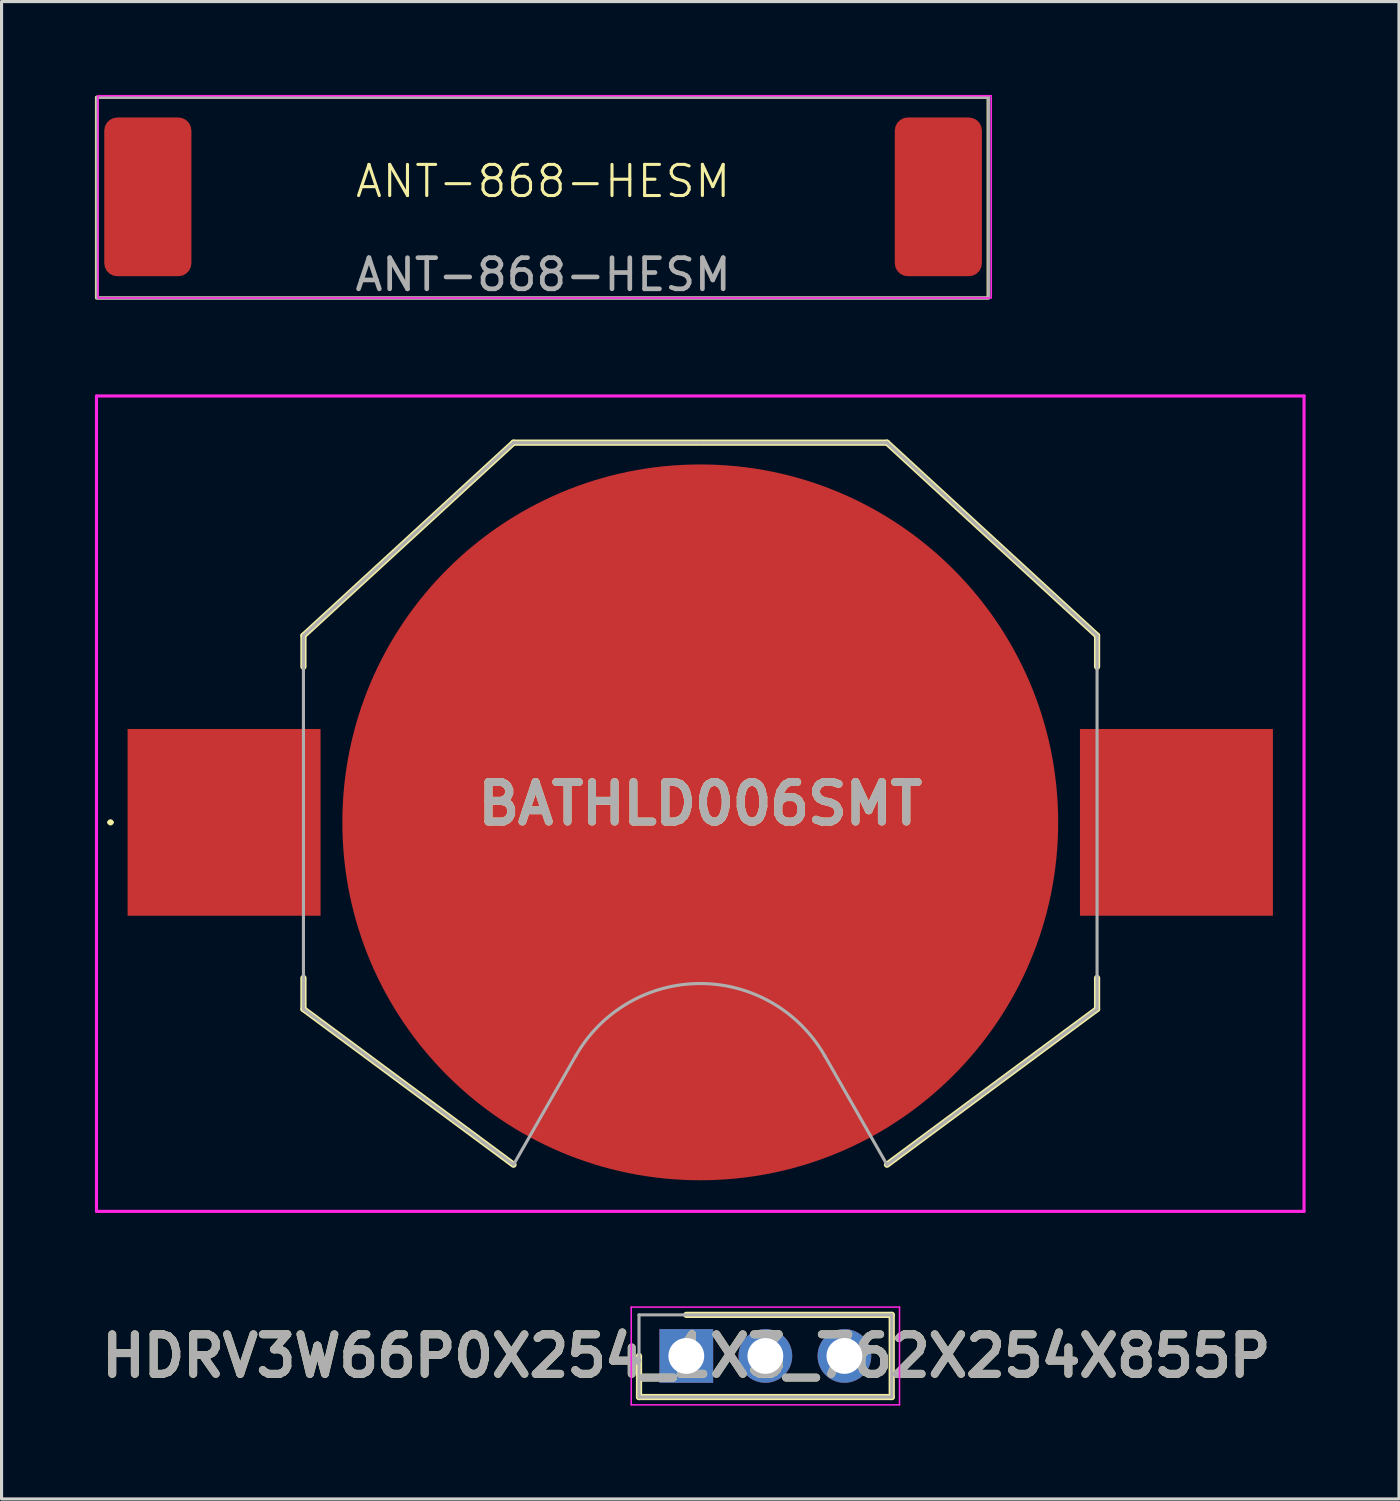
<source format=kicad_pcb>
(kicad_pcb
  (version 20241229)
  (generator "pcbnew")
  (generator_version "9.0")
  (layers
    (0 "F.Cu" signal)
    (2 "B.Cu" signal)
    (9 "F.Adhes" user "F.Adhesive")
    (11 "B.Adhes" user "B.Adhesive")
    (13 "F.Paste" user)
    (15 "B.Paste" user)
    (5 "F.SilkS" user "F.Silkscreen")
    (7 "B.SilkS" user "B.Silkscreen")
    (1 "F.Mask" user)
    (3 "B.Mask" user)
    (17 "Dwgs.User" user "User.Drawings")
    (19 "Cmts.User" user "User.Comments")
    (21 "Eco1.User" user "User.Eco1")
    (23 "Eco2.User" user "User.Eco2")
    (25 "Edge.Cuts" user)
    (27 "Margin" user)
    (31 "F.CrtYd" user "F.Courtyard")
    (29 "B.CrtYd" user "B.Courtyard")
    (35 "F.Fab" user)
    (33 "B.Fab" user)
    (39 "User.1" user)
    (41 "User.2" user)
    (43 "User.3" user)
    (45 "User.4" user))
  (footprint "BATHLD006SMT"
    (layer "F.Cu")
    (at 19.45 23.373)
    (property "Reference" "BATHLD006SMT" (at 0 -0.6 0) (layer "F.SilkS") (effects (font (size 1.27 1.27) (thickness 0.254))))
    (attr smd)
    (fp_line (start -19 0) (end -19 0) (stroke (width 0.1) (type solid)) (layer "F.SilkS"))
    (fp_line (start -18.9 0) (end -18.9 0) (stroke (width 0.1) (type solid)) (layer "F.SilkS"))
    (fp_line (start -12.75 -6) (end -6 -12.2) (stroke (width 0.2) (type solid)) (layer "F.SilkS"))
    (fp_line (start -12.75 -5) (end -12.75 -6) (stroke (width 0.2) (type solid)) (layer "F.SilkS"))
    (fp_line (start -12.75 5) (end -12.75 6) (stroke (width 0.2) (type solid)) (layer "F.SilkS"))
    (fp_line (start -12.75 6) (end -6 11) (stroke (width 0.2) (type solid)) (layer "F.SilkS"))
    (fp_line (start -6 -12.2) (end 6 -12.2) (stroke (width 0.2) (type solid)) (layer "F.SilkS"))
    (fp_line (start 6 -12.2) (end 12.75 -6) (stroke (width 0.2) (type solid)) (layer "F.SilkS"))
    (fp_line (start 6 11) (end 12.75 6) (stroke (width 0.2) (type solid)) (layer "F.SilkS"))
    (fp_line (start 12.75 -6) (end 12.75 -5) (stroke (width 0.2) (type solid)) (layer "F.SilkS"))
    (fp_line (start 12.75 6) (end 12.75 5) (stroke (width 0.2) (type solid)) (layer "F.SilkS"))
    (fp_arc (start -19 0) (mid -18.95 -0.05) (end -18.9 0) (stroke (width 0.1) (type solid)) (layer "F.SilkS"))
    (fp_arc (start -18.9 0) (mid -18.95 0.05) (end -19 0) (stroke (width 0.1) (type solid)) (layer "F.SilkS"))
    (fp_line (start -19.4 -13.7) (end 19.4 -13.7) (stroke (width 0.1) (type solid)) (layer "F.CrtYd"))
    (fp_line (start -19.4 12.5) (end -19.4 -13.7) (stroke (width 0.1) (type solid)) (layer "F.CrtYd"))
    (fp_line (start 19.4 -13.7) (end 19.4 12.5) (stroke (width 0.1) (type solid)) (layer "F.CrtYd"))
    (fp_line (start 19.4 12.5) (end -19.4 12.5) (stroke (width 0.1) (type solid)) (layer "F.CrtYd"))
    (fp_line (start -12.75 -6) (end -12.75 6) (stroke (width 0.1) (type solid)) (layer "F.Fab"))
    (fp_line (start -12.75 6) (end -6 11) (stroke (width 0.1) (type solid)) (layer "F.Fab"))
    (fp_line (start -6 -12.2) (end -12.75 -6) (stroke (width 0.1) (type solid)) (layer "F.Fab"))
    (fp_line (start -6 11) (end -4 7.5) (stroke (width 0.1) (type solid)) (layer "F.Fab"))
    (fp_line (start -4 7.5) (end -4 7.5) (stroke (width 0.1) (type solid)) (layer "F.Fab"))
    (fp_line (start 0 -12.2) (end -6 -12.2) (stroke (width 0.1) (type solid)) (layer "F.Fab"))
    (fp_line (start 4 7.5) (end 6 11) (stroke (width 0.1) (type solid)) (layer "F.Fab"))
    (fp_line (start 6 -12.2) (end 0 -12.2) (stroke (width 0.1) (type solid)) (layer "F.Fab"))
    (fp_line (start 6 11) (end 12.75 6) (stroke (width 0.1) (type solid)) (layer "F.Fab"))
    (fp_line (start 12.75 -6) (end 6 -12.2) (stroke (width 0.1) (type solid)) (layer "F.Fab"))
    (fp_line (start 12.75 6) (end 12.75 -6) (stroke (width 0.1) (type solid)) (layer "F.Fab"))
    (fp_arc (start -4 7.5) (mid -0.000163 5.178854) (end 3.999838 7.499716) (stroke (width 0.1) (type solid)) (layer "F.Fab"))
    (fp_text user "${REFERENCE}" (at 0 -0.6 0) (layer "F.Fab") (effects (font (size 1.27 1.27) (thickness 0.254))))
    (pad "1" smd rect (at -15.3 0 90) (size 6 6.2) (layers "F.Cu" "F.Mask" "F.Paste"))
    (pad "2" smd rect (at 15.3 0 90) (size 6 6.2) (layers "F.Cu" "F.Mask" "F.Paste"))
    (pad "3" smd circle (at 0 0 90) (size 23 23) (layers "F.Cu" "F.Mask" "F.Paste")))
  (footprint "ANT-868-HESM"
    (layer "F.Cu")
    (at 14.4 3.275)
    (property "Reference" "ANT-868-HESM" (at 0 -0.5 0) (unlocked yes) (layer "F.SilkS") (effects (font (size 1 1) (thickness 0.1))))
    (attr smd)
    (fp_rect (start -14.35 -3.2) (end 14.3 3.25) (stroke (width 0.1) (type solid)) (fill no) (layer "F.SilkS"))
    (fp_rect (start -14.3 -3.25) (end 14.4 3.25) (stroke (width 0.05) (type solid)) (fill no) (layer "F.CrtYd"))
    (fp_rect (start -14.33 -3.2) (end 14.32 3.25) (stroke (width 0.1) (type solid)) (fill no) (layer "F.Fab"))
    (fp_text user "${REFERENCE}" (at 0 2.5 0) (unlocked yes) (layer "F.Fab") (effects (font (size 1 1) (thickness 0.15))))
    (pad "1" smd roundrect (at -12.7 0) (size 2.8 5.1) (layers "F.Cu" "F.Mask" "F.Paste") (roundrect_rratio 0.15))
    (pad "2" smd roundrect (at 12.7 0) (size 2.8 5.1) (layers "F.Cu" "F.Mask" "F.Paste") (roundrect_rratio 0.15)))
  (footprint "HDRV3W66P0X254_1X3_762X254X855P"
    (layer "F.Cu")
    (at 19.002 40.518)
    (property "Reference" "HDRV3W66P0X254_1X3_762X254X855P" (at 0 0 0) (layer "F.SilkS") (effects (font (size 1.27 1.27) (thickness 0.254))))
    (attr through_hole)
    (fp_line (start -1.52 0) (end -1.52 1.32) (stroke (width 0.2) (type solid)) (layer "F.SilkS"))
    (fp_line (start -1.52 1.32) (end 6.6 1.32) (stroke (width 0.2) (type solid)) (layer "F.SilkS"))
    (fp_line (start 6.6 -1.32) (end 0 -1.32) (stroke (width 0.2) (type solid)) (layer "F.SilkS"))
    (fp_line (start 6.6 1.32) (end 6.6 -1.32) (stroke (width 0.2) (type solid)) (layer "F.SilkS"))
    (fp_line (start -1.77 -1.57) (end 6.85 -1.57) (stroke (width 0.05) (type solid)) (layer "F.CrtYd"))
    (fp_line (start -1.77 1.57) (end -1.77 -1.57) (stroke (width 0.05) (type solid)) (layer "F.CrtYd"))
    (fp_line (start 6.85 -1.57) (end 6.85 1.57) (stroke (width 0.05) (type solid)) (layer "F.CrtYd"))
    (fp_line (start 6.85 1.57) (end -1.77 1.57) (stroke (width 0.05) (type solid)) (layer "F.CrtYd"))
    (fp_line (start -1.52 -1.32) (end 6.6 -1.32) (stroke (width 0.1) (type solid)) (layer "F.Fab"))
    (fp_line (start -1.52 1.32) (end -1.52 -1.32) (stroke (width 0.1) (type solid)) (layer "F.Fab"))
    (fp_line (start 6.6 -1.32) (end 6.6 1.32) (stroke (width 0.1) (type solid)) (layer "F.Fab"))
    (fp_line (start 6.6 1.32) (end -1.52 1.32) (stroke (width 0.1) (type solid)) (layer "F.Fab"))
    (fp_text user "${REFERENCE}" (at 0 0 0) (layer "F.Fab") (effects (font (size 1.27 1.27) (thickness 0.254))))
    (pad "1" thru_hole rect (at 0 0) (size 1.725 1.725) (drill 1.15) (layers "*.Cu" "*.Mask"))
    (pad "2" thru_hole circle (at 2.54 0) (size 1.725 1.725) (drill 1.15) (layers "*.Cu" "*.Mask"))
    (pad "3" thru_hole circle (at 5.08 0) (size 1.725 1.725) (drill 1.15) (layers "*.Cu" "*.Mask")))
  (gr_rect
    (start -3 -3)
    (end 41.9 45.113)
    (stroke (width 0.1) (type default))
    (fill no)
    (layer "Edge.Cuts")))
</source>
